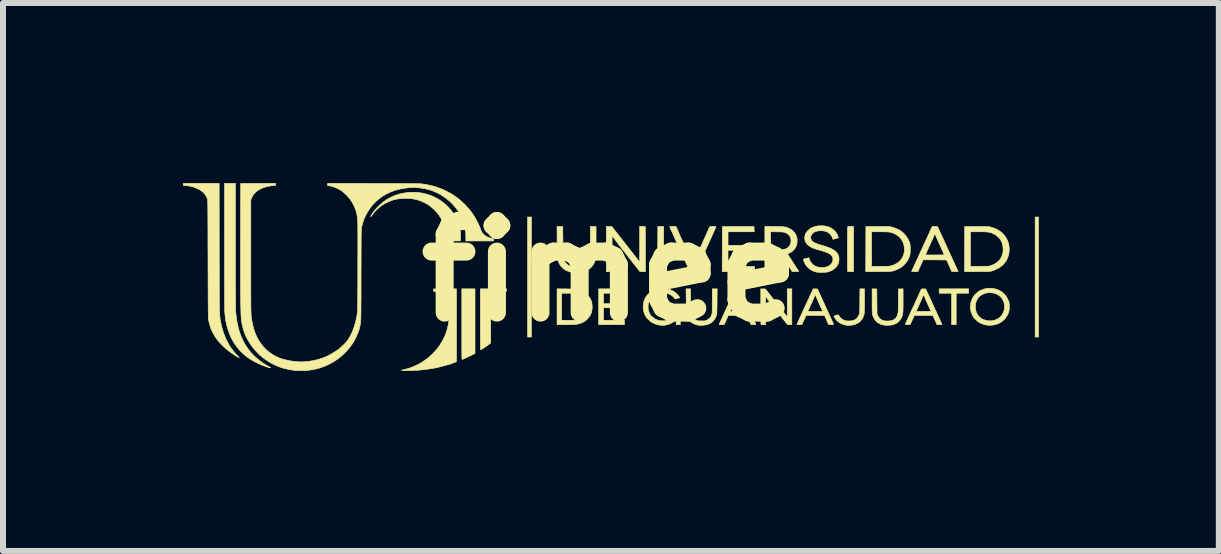
<source format=kicad_pcb>
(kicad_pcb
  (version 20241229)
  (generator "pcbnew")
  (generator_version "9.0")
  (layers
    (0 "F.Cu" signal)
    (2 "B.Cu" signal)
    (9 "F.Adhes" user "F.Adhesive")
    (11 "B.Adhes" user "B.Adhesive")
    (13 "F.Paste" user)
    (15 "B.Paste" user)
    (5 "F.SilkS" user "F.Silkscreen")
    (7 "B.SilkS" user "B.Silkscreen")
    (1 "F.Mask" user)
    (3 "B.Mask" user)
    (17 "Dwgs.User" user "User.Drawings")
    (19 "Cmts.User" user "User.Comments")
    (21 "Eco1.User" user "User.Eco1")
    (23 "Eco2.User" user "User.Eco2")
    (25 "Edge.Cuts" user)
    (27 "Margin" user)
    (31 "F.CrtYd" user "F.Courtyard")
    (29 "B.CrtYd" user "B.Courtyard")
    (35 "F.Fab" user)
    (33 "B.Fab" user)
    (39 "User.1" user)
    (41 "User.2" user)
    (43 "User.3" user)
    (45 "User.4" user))
  (footprint "fimee"
    (layer "F.Cu")
    (at 7.117 1.469)
    (property "Reference" "fimee" (at 0 0 0) (layer "F.SilkS") (effects (font (size 1.524 1.524) (thickness 0.3))))
    (attr through_hole)
    (fp_poly (pts (xy -1.312 1.097) (xy -1.376 1.097) (xy -1.376 -0.903) (xy -1.312 -0.903) (xy -1.312 1.097)) (stroke (width 0.01) (type solid)) (fill yes) (layer "F.SilkS"))
    (fp_poly (pts (xy 7.137 1.097) (xy 7.082 1.097) (xy 7.082 -0.903) (xy 7.137 -0.903) (xy 7.137 1.097)) (stroke (width 0.01) (type solid)) (fill yes) (layer "F.SilkS"))
    (fp_poly (pts (xy 0.891 0.006) (xy 0.841 0.007) (xy 0.792 0.008) (xy 0.793 -0.368) (xy 0.794 -0.744) (xy 0.891 -0.744) (xy 0.891 0.006)) (stroke (width 0.01) (type solid)) (fill yes) (layer "F.SilkS"))
    (fp_poly (pts (xy 5.973 0.367) (xy 5.766 0.367) (xy 5.766 0.891) (xy 5.69 0.891) (xy 5.69 0.367) (xy 5.482 0.367) (xy 5.482 0.294) (xy 5.973 0.294) (xy 5.973 0.367)) (stroke (width 0.01) (type solid)) (fill yes) (layer "F.SilkS"))
    (fp_poly (pts (xy 0.233 0.367) (xy -0.11 0.367) (xy -0.11 0.455) (xy -0.11 0.542) (xy 0.163 0.542) (xy 0.164 0.576) (xy 0.165 0.609) (xy -0.11 0.609) (xy -0.11 0.818) (xy 0.237 0.818) (xy 0.237 0.891) (xy -0.191 0.891) (xy -0.191 0.294) (xy 0.233 0.294) (xy 0.233 0.367)) (stroke (width 0.01) (type solid)) (fill yes) (layer "F.SilkS"))
    (fp_poly (pts (xy 2.399 -0.701) (xy 2.401 -0.657) (xy 1.964 -0.657) (xy 1.964 -0.431) (xy 2.316 -0.431) (xy 2.315 -0.39) (xy 2.314 -0.349) (xy 1.964 -0.349) (xy 1.964 -0.215) (xy 1.964 -0.081) (xy 2.185 -0.08) (xy 2.407 -0.079) (xy 2.407 0.006) (xy 1.867 0.008) (xy 1.868 -0.368) (xy 1.869 -0.744) (xy 2.398 -0.744) (xy 2.399 -0.701)) (stroke (width 0.01) (type solid)) (fill yes) (layer "F.SilkS"))
    (fp_poly (pts (xy -2.252 1.37) (xy -2.355 1.421) (xy -2.383 1.434) (xy -2.408 1.446) (xy -2.43 1.456) (xy -2.447 1.464) (xy -2.459 1.47) (xy -2.465 1.472) (xy -2.465 1.472) (xy -2.466 1.471) (xy -2.467 1.47) (xy -2.468 1.466) (xy -2.469 1.461) (xy -2.469 1.454) (xy -2.47 1.444) (xy -2.47 1.431) (xy -2.471 1.414) (xy -2.471 1.394) (xy -2.471 1.369) (xy -2.472 1.34) (xy -2.472 1.306) (xy -2.472 1.266) (xy -2.472 1.221) (xy -2.472 1.17) (xy -2.472 1.112) (xy -2.472 1.047) (xy -2.472 0.975) (xy -2.472 0.896) (xy -2.472 0.294) (xy -2.252 0.294) (xy -2.252 1.37)) (stroke (width 0.01) (type solid)) (fill yes) (layer "F.SilkS"))
    (fp_poly (pts (xy 4.056 0.008) (xy 4.008 0.008) (xy 3.988 0.008) (xy 3.972 0.007) (xy 3.961 0.006) (xy 3.957 0.005) (xy 3.956 0.001) (xy 3.956 -0.011) (xy 3.956 -0.029) (xy 3.955 -0.053) (xy 3.955 -0.083) (xy 3.955 -0.117) (xy 3.955 -0.156) (xy 3.954 -0.197) (xy 3.954 -0.241) (xy 3.954 -0.287) (xy 3.954 -0.334) (xy 3.954 -0.381) (xy 3.954 -0.428) (xy 3.954 -0.475) (xy 3.954 -0.519) (xy 3.954 -0.562) (xy 3.955 -0.601) (xy 3.955 -0.637) (xy 3.955 -0.668) (xy 3.955 -0.695) (xy 3.956 -0.715) (xy 3.956 -0.729) (xy 3.957 -0.736) (xy 3.957 -0.737) (xy 3.958 -0.741) (xy 3.961 -0.743) (xy 3.967 -0.745) (xy 3.977 -0.746) (xy 3.994 -0.746) (xy 4.007 -0.746) (xy 4.056 -0.746) (xy 4.056 0.008)) (stroke (width 0.01) (type solid)) (fill yes) (layer "F.SilkS"))
    (fp_poly (pts (xy -1.727 0.333) (xy -1.761 0.338) (xy -1.803 0.347) (xy -1.841 0.364) (xy -1.876 0.388) (xy -1.906 0.418) (xy -1.933 0.454) (xy -1.955 0.496) (xy -1.972 0.543) (xy -1.983 0.594) (xy -1.984 0.597) (xy -1.985 0.606) (xy -1.986 0.618) (xy -1.987 0.632) (xy -1.988 0.65) (xy -1.988 0.672) (xy -1.989 0.699) (xy -1.989 0.731) (xy -1.989 0.768) (xy -1.99 0.812) (xy -1.99 0.863) (xy -1.99 0.916) (xy -1.99 1.196) (xy -2.009 1.212) (xy -2.024 1.223) (xy -2.042 1.236) (xy -2.062 1.25) (xy -2.083 1.264) (xy -2.103 1.278) (xy -2.122 1.29) (xy -2.139 1.3) (xy -2.151 1.307) (xy -2.158 1.31) (xy -2.158 1.31) (xy -2.159 1.308) (xy -2.16 1.301) (xy -2.16 1.29) (xy -2.161 1.273) (xy -2.161 1.251) (xy -2.162 1.223) (xy -2.162 1.189) (xy -2.163 1.149) (xy -2.163 1.103) (xy -2.163 1.049) (xy -2.163 0.989) (xy -2.163 0.921) (xy -2.163 0.846) (xy -2.163 0.802) (xy -2.163 0.294) (xy -1.727 0.294) (xy -1.727 0.333)) (stroke (width 0.01) (type solid)) (fill yes) (layer "F.SilkS"))
    (fp_poly (pts (xy -0.018 -0.745) (xy 0.028 -0.744) (xy 0.22 -0.499) (xy 0.252 -0.458) (xy 0.283 -0.419) (xy 0.313 -0.38) (xy 0.341 -0.344) (xy 0.367 -0.311) (xy 0.39 -0.281) (xy 0.411 -0.256) (xy 0.427 -0.234) (xy 0.439 -0.219) (xy 0.447 -0.209) (xy 0.46 -0.192) (xy 0.471 -0.177) (xy 0.481 -0.165) (xy 0.486 -0.157) (xy 0.487 -0.157) (xy 0.488 -0.156) (xy 0.489 -0.157) (xy 0.49 -0.16) (xy 0.491 -0.166) (xy 0.491 -0.176) (xy 0.492 -0.189) (xy 0.492 -0.207) (xy 0.492 -0.23) (xy 0.492 -0.258) (xy 0.492 -0.292) (xy 0.492 -0.333) (xy 0.492 -0.38) (xy 0.492 -0.435) (xy 0.492 -0.447) (xy 0.491 -0.746) (xy 0.539 -0.745) (xy 0.586 -0.744) (xy 0.587 -0.368) (xy 0.588 0.008) (xy 0.497 0.008) (xy 0.438 -0.067) (xy 0.419 -0.091) (xy 0.4 -0.115) (xy 0.382 -0.138) (xy 0.366 -0.158) (xy 0.354 -0.174) (xy 0.351 -0.178) (xy 0.342 -0.19) (xy 0.329 -0.207) (xy 0.312 -0.228) (xy 0.292 -0.253) (xy 0.271 -0.28) (xy 0.249 -0.308) (xy 0.235 -0.326) (xy 0.202 -0.368) (xy 0.174 -0.405) (xy 0.148 -0.439) (xy 0.122 -0.472) (xy 0.097 -0.505) (xy 0.07 -0.541) (xy 0.049 -0.569) (xy 0.032 -0.592) (xy 0.034 0.008) (xy -0.064 0.008) (xy -0.064 -0.746) (xy -0.018 -0.745)) (stroke (width 0.01) (type solid)) (fill yes) (layer "F.SilkS"))
    (fp_poly (pts (xy 3.027 0.891) (xy 2.956 0.891) (xy 2.914 0.838) (xy 2.897 0.817) (xy 2.879 0.794) (xy 2.863 0.773) (xy 2.849 0.755) (xy 2.845 0.75) (xy 2.835 0.737) (xy 2.821 0.719) (xy 2.804 0.698) (xy 2.785 0.673) (xy 2.764 0.646) (xy 2.743 0.619) (xy 2.739 0.614) (xy 2.709 0.575) (xy 2.681 0.539) (xy 2.655 0.506) (xy 2.632 0.476) (xy 2.613 0.451) (xy 2.599 0.432) (xy 2.594 0.426) (xy 2.593 0.426) (xy 2.592 0.428) (xy 2.591 0.434) (xy 2.591 0.444) (xy 2.59 0.458) (xy 2.59 0.478) (xy 2.59 0.503) (xy 2.59 0.534) (xy 2.59 0.572) (xy 2.59 0.617) (xy 2.59 0.655) (xy 2.591 0.891) (xy 2.554 0.891) (xy 2.537 0.891) (xy 2.523 0.89) (xy 2.515 0.889) (xy 2.513 0.888) (xy 2.513 0.884) (xy 2.512 0.872) (xy 2.512 0.854) (xy 2.512 0.829) (xy 2.511 0.799) (xy 2.511 0.763) (xy 2.511 0.724) (xy 2.511 0.681) (xy 2.51 0.635) (xy 2.51 0.59) (xy 2.51 0.294) (xy 2.547 0.295) (xy 2.584 0.295) (xy 2.611 0.328) (xy 2.621 0.34) (xy 2.635 0.358) (xy 2.652 0.38) (xy 2.673 0.406) (xy 2.696 0.435) (xy 2.72 0.467) (xy 2.746 0.499) (xy 2.772 0.533) (xy 2.798 0.566) (xy 2.823 0.598) (xy 2.847 0.629) (xy 2.869 0.657) (xy 2.889 0.682) (xy 2.905 0.703) (xy 2.917 0.719) (xy 2.926 0.73) (xy 2.927 0.731) (xy 2.951 0.763) (xy 2.951 0.294) (xy 3.027 0.294) (xy 3.027 0.891)) (stroke (width 0.01) (type solid)) (fill yes) (layer "F.SilkS"))
    (fp_poly (pts (xy 4.238 0.492) (xy 4.238 0.539) (xy 4.237 0.578) (xy 4.237 0.611) (xy 4.237 0.637) (xy 4.236 0.659) (xy 4.236 0.677) (xy 4.235 0.691) (xy 4.234 0.702) (xy 4.232 0.711) (xy 4.231 0.719) (xy 4.231 0.719) (xy 4.217 0.762) (xy 4.197 0.8) (xy 4.171 0.831) (xy 4.14 0.857) (xy 4.102 0.878) (xy 4.066 0.891) (xy 4.04 0.897) (xy 4.008 0.9) (xy 3.975 0.902) (xy 3.944 0.901) (xy 3.917 0.897) (xy 3.916 0.897) (xy 3.883 0.888) (xy 3.85 0.874) (xy 3.819 0.857) (xy 3.794 0.838) (xy 3.786 0.831) (xy 3.773 0.817) (xy 3.759 0.801) (xy 3.747 0.784) (xy 3.738 0.769) (xy 3.731 0.757) (xy 3.73 0.75) (xy 3.733 0.746) (xy 3.743 0.741) (xy 3.76 0.736) (xy 3.766 0.735) (xy 3.786 0.73) (xy 3.799 0.728) (xy 3.806 0.729) (xy 3.81 0.732) (xy 3.81 0.735) (xy 3.813 0.743) (xy 3.821 0.756) (xy 3.832 0.769) (xy 3.845 0.783) (xy 3.859 0.795) (xy 3.862 0.797) (xy 3.89 0.813) (xy 3.919 0.824) (xy 3.952 0.829) (xy 3.989 0.829) (xy 4.02 0.827) (xy 4.044 0.822) (xy 4.064 0.815) (xy 4.084 0.805) (xy 4.092 0.799) (xy 4.117 0.776) (xy 4.137 0.746) (xy 4.15 0.718) (xy 4.152 0.712) (xy 4.153 0.706) (xy 4.155 0.699) (xy 4.156 0.69) (xy 4.157 0.68) (xy 4.158 0.666) (xy 4.159 0.649) (xy 4.159 0.627) (xy 4.159 0.601) (xy 4.16 0.568) (xy 4.16 0.528) (xy 4.16 0.493) (xy 4.162 0.294) (xy 4.238 0.294) (xy 4.238 0.492)) (stroke (width 0.01) (type solid)) (fill yes) (layer "F.SilkS"))
    (fp_poly (pts (xy 4.881 0.49) (xy 4.881 0.539) (xy 4.881 0.582) (xy 4.88 0.617) (xy 4.88 0.647) (xy 4.879 0.672) (xy 4.877 0.693) (xy 4.875 0.711) (xy 4.873 0.725) (xy 4.869 0.739) (xy 4.865 0.751) (xy 4.86 0.762) (xy 4.855 0.775) (xy 4.852 0.78) (xy 4.831 0.814) (xy 4.806 0.842) (xy 4.775 0.865) (xy 4.739 0.883) (xy 4.714 0.891) (xy 4.693 0.896) (xy 4.666 0.899) (xy 4.637 0.901) (xy 4.608 0.902) (xy 4.582 0.901) (xy 4.567 0.899) (xy 4.528 0.89) (xy 4.491 0.876) (xy 4.459 0.858) (xy 4.434 0.837) (xy 4.43 0.833) (xy 4.419 0.819) (xy 4.406 0.801) (xy 4.395 0.783) (xy 4.394 0.78) (xy 4.388 0.768) (xy 4.382 0.756) (xy 4.378 0.745) (xy 4.374 0.732) (xy 4.371 0.718) (xy 4.369 0.702) (xy 4.367 0.682) (xy 4.366 0.659) (xy 4.365 0.631) (xy 4.365 0.598) (xy 4.365 0.558) (xy 4.365 0.511) (xy 4.365 0.489) (xy 4.365 0.294) (xy 4.443 0.296) (xy 4.447 0.712) (xy 4.459 0.737) (xy 4.476 0.768) (xy 4.498 0.792) (xy 4.525 0.811) (xy 4.558 0.824) (xy 4.561 0.825) (xy 4.584 0.829) (xy 4.613 0.83) (xy 4.643 0.83) (xy 4.673 0.826) (xy 4.698 0.821) (xy 4.705 0.819) (xy 4.734 0.804) (xy 4.758 0.782) (xy 4.777 0.756) (xy 4.791 0.724) (xy 4.798 0.689) (xy 4.799 0.679) (xy 4.8 0.668) (xy 4.8 0.65) (xy 4.801 0.626) (xy 4.801 0.597) (xy 4.801 0.565) (xy 4.802 0.529) (xy 4.802 0.491) (xy 4.802 0.472) (xy 4.803 0.296) (xy 4.881 0.294) (xy 4.881 0.49)) (stroke (width 0.01) (type solid)) (fill yes) (layer "F.SilkS"))
    (fp_poly (pts (xy -6.244 -0.424) (xy -6.244 -0.305) (xy -6.244 -0.192) (xy -6.244 -0.086) (xy -6.244 0.014) (xy -6.244 0.108) (xy -6.244 0.195) (xy -6.243 0.275) (xy -6.243 0.348) (xy -6.243 0.414) (xy -6.242 0.473) (xy -6.242 0.524) (xy -6.242 0.568) (xy -6.241 0.605) (xy -6.241 0.634) (xy -6.24 0.655) (xy -6.24 0.669) (xy -6.24 0.671) (xy -6.23 0.762) (xy -6.217 0.849) (xy -6.199 0.932) (xy -6.177 1.01) (xy -6.151 1.082) (xy -6.137 1.113) (xy -6.113 1.164) (xy -6.089 1.21) (xy -6.063 1.252) (xy -6.036 1.291) (xy -6.006 1.331) (xy -6.003 1.335) (xy -5.959 1.385) (xy -5.908 1.434) (xy -5.852 1.481) (xy -5.794 1.524) (xy -5.734 1.562) (xy -5.725 1.567) (xy -5.705 1.579) (xy -5.686 1.589) (xy -5.672 1.597) (xy -5.663 1.603) (xy -5.66 1.604) (xy -5.657 1.607) (xy -5.661 1.609) (xy -5.67 1.608) (xy -5.682 1.606) (xy -5.697 1.603) (xy -5.713 1.598) (xy -5.717 1.597) (xy -5.807 1.564) (xy -5.89 1.526) (xy -5.966 1.485) (xy -6.036 1.44) (xy -6.099 1.39) (xy -6.157 1.336) (xy -6.209 1.276) (xy -6.212 1.272) (xy -6.254 1.215) (xy -6.289 1.158) (xy -6.32 1.098) (xy -6.347 1.033) (xy -6.354 1.015) (xy -6.379 0.938) (xy -6.398 0.862) (xy -6.412 0.785) (xy -6.42 0.704) (xy -6.422 0.682) (xy -6.422 0.671) (xy -6.423 0.653) (xy -6.423 0.626) (xy -6.424 0.592) (xy -6.424 0.552) (xy -6.424 0.504) (xy -6.425 0.45) (xy -6.425 0.39) (xy -6.425 0.323) (xy -6.425 0.251) (xy -6.425 0.174) (xy -6.426 0.091) (xy -6.426 0.003) (xy -6.426 -0.09) (xy -6.426 -0.187) (xy -6.426 -0.289) (xy -6.426 -0.394) (xy -6.426 -0.424) (xy -6.426 -1.464) (xy -6.244 -1.464) (xy -6.244 -0.424)) (stroke (width 0.01) (type solid)) (fill yes) (layer "F.SilkS"))
    (fp_poly (pts (xy -0.725 0.295) (xy -0.684 0.296) (xy -0.65 0.296) (xy -0.623 0.297) (xy -0.602 0.297) (xy -0.585 0.298) (xy -0.572 0.299) (xy -0.561 0.3) (xy -0.551 0.302) (xy -0.543 0.304) (xy -0.534 0.306) (xy -0.529 0.308) (xy -0.487 0.322) (xy -0.451 0.337) (xy -0.42 0.356) (xy -0.392 0.38) (xy -0.368 0.405) (xy -0.34 0.442) (xy -0.319 0.481) (xy -0.306 0.524) (xy -0.3 0.572) (xy -0.299 0.597) (xy -0.302 0.643) (xy -0.31 0.684) (xy -0.324 0.721) (xy -0.344 0.755) (xy -0.372 0.788) (xy -0.385 0.802) (xy -0.419 0.831) (xy -0.456 0.853) (xy -0.497 0.869) (xy -0.501 0.871) (xy -0.52 0.876) (xy -0.537 0.88) (xy -0.555 0.884) (xy -0.575 0.886) (xy -0.598 0.888) (xy -0.624 0.89) (xy -0.655 0.89) (xy -0.693 0.891) (xy -0.737 0.891) (xy -0.745 0.891) (xy -0.885 0.891) (xy -0.885 0.367) (xy -0.809 0.367) (xy -0.809 0.818) (xy -0.697 0.818) (xy -0.662 0.818) (xy -0.634 0.818) (xy -0.612 0.818) (xy -0.595 0.817) (xy -0.581 0.816) (xy -0.569 0.814) (xy -0.558 0.812) (xy -0.554 0.811) (xy -0.533 0.805) (xy -0.512 0.797) (xy -0.495 0.79) (xy -0.467 0.773) (xy -0.441 0.751) (xy -0.418 0.725) (xy -0.4 0.697) (xy -0.391 0.675) (xy -0.385 0.651) (xy -0.382 0.622) (xy -0.382 0.591) (xy -0.384 0.559) (xy -0.388 0.53) (xy -0.394 0.506) (xy -0.397 0.5) (xy -0.415 0.469) (xy -0.44 0.439) (xy -0.469 0.414) (xy -0.502 0.394) (xy -0.505 0.393) (xy -0.522 0.386) (xy -0.537 0.38) (xy -0.552 0.375) (xy -0.568 0.372) (xy -0.587 0.37) (xy -0.608 0.368) (xy -0.635 0.367) (xy -0.668 0.367) (xy -0.697 0.367) (xy -0.809 0.367) (xy -0.885 0.367) (xy -0.885 0.294) (xy -0.725 0.295)) (stroke (width 0.01) (type solid)) (fill yes) (layer "F.SilkS"))
    (fp_poly (pts (xy 6.153 -0.744) (xy 6.192 -0.744) (xy 6.223 -0.744) (xy 6.249 -0.743) (xy 6.27 -0.743) (xy 6.287 -0.742) (xy 6.301 -0.742) (xy 6.311 -0.741) (xy 6.321 -0.739) (xy 6.329 -0.738) (xy 6.338 -0.736) (xy 6.344 -0.734) (xy 6.39 -0.72) (xy 6.436 -0.701) (xy 6.479 -0.677) (xy 6.517 -0.651) (xy 6.517 -0.65) (xy 6.528 -0.641) (xy 6.542 -0.627) (xy 6.556 -0.612) (xy 6.561 -0.607) (xy 6.592 -0.565) (xy 6.617 -0.519) (xy 6.635 -0.471) (xy 6.646 -0.42) (xy 6.65 -0.368) (xy 6.647 -0.316) (xy 6.637 -0.265) (xy 6.62 -0.216) (xy 6.596 -0.169) (xy 6.589 -0.159) (xy 6.572 -0.137) (xy 6.549 -0.112) (xy 6.525 -0.089) (xy 6.5 -0.07) (xy 6.489 -0.062) (xy 6.453 -0.042) (xy 6.413 -0.023) (xy 6.373 -0.008) (xy 6.356 -0.003) (xy 6.348 -0.001) (xy 6.341 0.000372) (xy 6.333 0.002) (xy 6.323 0.003) (xy 6.311 0.004) (xy 6.297 0.005) (xy 6.278 0.005) (xy 6.255 0.006) (xy 6.227 0.006) (xy 6.192 0.007) (xy 6.15 0.007) (xy 6.114 0.007) (xy 5.905 0.008) (xy 5.907 -0.657) (xy 6.003 -0.657) (xy 6.003 -0.08) (xy 6.156 -0.082) (xy 6.31 -0.083) (xy 6.344 -0.094) (xy 6.393 -0.113) (xy 6.435 -0.138) (xy 6.471 -0.167) (xy 6.5 -0.201) (xy 6.522 -0.24) (xy 6.538 -0.285) (xy 6.545 -0.316) (xy 6.548 -0.349) (xy 6.547 -0.385) (xy 6.543 -0.421) (xy 6.536 -0.456) (xy 6.525 -0.487) (xy 6.519 -0.501) (xy 6.494 -0.538) (xy 6.463 -0.572) (xy 6.426 -0.601) (xy 6.385 -0.624) (xy 6.361 -0.635) (xy 6.345 -0.641) (xy 6.329 -0.645) (xy 6.313 -0.649) (xy 6.294 -0.652) (xy 6.274 -0.654) (xy 6.249 -0.656) (xy 6.219 -0.657) (xy 6.183 -0.657) (xy 6.14 -0.657) (xy 6.136 -0.657) (xy 6.003 -0.657) (xy 5.907 -0.657) (xy 5.908 -0.744) (xy 6.107 -0.744) (xy 6.153 -0.744)) (stroke (width 0.01) (type solid)) (fill yes) (layer "F.SilkS"))
    (fp_poly (pts (xy -2.561 1.507) (xy -2.612 1.528) (xy -2.633 1.536) (xy -2.652 1.543) (xy -2.668 1.549) (xy -2.679 1.552) (xy -2.679 1.552) (xy -2.688 1.554) (xy -2.704 1.558) (xy -2.724 1.564) (xy -2.747 1.57) (xy -2.76 1.574) (xy -2.804 1.586) (xy -2.845 1.596) (xy -2.885 1.606) (xy -2.924 1.614) (xy -2.964 1.621) (xy -3.007 1.628) (xy -3.054 1.634) (xy -3.107 1.641) (xy -3.167 1.647) (xy -3.188 1.649) (xy -3.213 1.651) (xy -3.242 1.653) (xy -3.273 1.654) (xy -3.305 1.655) (xy -3.337 1.656) (xy -3.369 1.656) (xy -3.398 1.657) (xy -3.424 1.657) (xy -3.446 1.656) (xy -3.462 1.655) (xy -3.472 1.654) (xy -3.475 1.653) (xy -3.47 1.65) (xy -3.459 1.646) (xy -3.443 1.641) (xy -3.423 1.636) (xy -3.418 1.635) (xy -3.385 1.627) (xy -3.355 1.618) (xy -3.327 1.609) (xy -3.297 1.597) (xy -3.263 1.583) (xy -3.247 1.575) (xy -3.216 1.561) (xy -3.19 1.548) (xy -3.167 1.536) (xy -3.144 1.522) (xy -3.118 1.505) (xy -3.095 1.489) (xy -3.023 1.436) (xy -2.958 1.376) (xy -2.898 1.312) (xy -2.845 1.242) (xy -2.798 1.167) (xy -2.758 1.089) (xy -2.745 1.059) (xy -2.736 1.032) (xy -2.725 1) (xy -2.715 0.964) (xy -2.706 0.928) (xy -2.698 0.893) (xy -2.693 0.863) (xy -2.693 0.863) (xy -2.689 0.842) (xy -2.686 0.82) (xy -2.683 0.803) (xy -2.681 0.786) (xy -2.68 0.763) (xy -2.68 0.735) (xy -2.681 0.704) (xy -2.682 0.673) (xy -2.684 0.643) (xy -2.686 0.616) (xy -2.689 0.593) (xy -2.69 0.584) (xy -2.696 0.556) (xy -2.706 0.527) (xy -2.717 0.497) (xy -2.728 0.47) (xy -2.74 0.449) (xy -2.743 0.444) (xy -2.755 0.429) (xy -2.769 0.413) (xy -2.783 0.399) (xy -2.813 0.375) (xy -2.844 0.357) (xy -2.877 0.344) (xy -2.913 0.337) (xy -2.944 0.332) (xy -2.944 0.296) (xy -2.561 0.294) (xy -2.561 1.507)) (stroke (width 0.01) (type solid)) (fill yes) (layer "F.SilkS"))
    (fp_poly (pts (xy 1.343 0.493) (xy 1.343 0.539) (xy 1.344 0.578) (xy 1.344 0.611) (xy 1.345 0.638) (xy 1.346 0.659) (xy 1.347 0.676) (xy 1.348 0.689) (xy 1.349 0.7) (xy 1.35 0.708) (xy 1.352 0.714) (xy 1.352 0.715) (xy 1.366 0.75) (xy 1.384 0.778) (xy 1.408 0.8) (xy 1.436 0.817) (xy 1.443 0.819) (xy 1.454 0.823) (xy 1.465 0.826) (xy 1.478 0.827) (xy 1.495 0.828) (xy 1.517 0.828) (xy 1.524 0.828) (xy 1.548 0.828) (xy 1.565 0.828) (xy 1.577 0.827) (xy 1.587 0.825) (xy 1.597 0.821) (xy 1.605 0.818) (xy 1.636 0.801) (xy 1.66 0.782) (xy 1.678 0.758) (xy 1.691 0.728) (xy 1.691 0.728) (xy 1.693 0.721) (xy 1.695 0.714) (xy 1.697 0.707) (xy 1.698 0.698) (xy 1.699 0.688) (xy 1.7 0.675) (xy 1.7 0.659) (xy 1.701 0.638) (xy 1.701 0.613) (xy 1.701 0.582) (xy 1.701 0.544) (xy 1.701 0.499) (xy 1.702 0.487) (xy 1.702 0.294) (xy 1.783 0.294) (xy 1.781 0.503) (xy 1.781 0.55) (xy 1.78 0.59) (xy 1.78 0.623) (xy 1.779 0.651) (xy 1.779 0.673) (xy 1.778 0.69) (xy 1.777 0.704) (xy 1.776 0.715) (xy 1.775 0.724) (xy 1.773 0.731) (xy 1.772 0.736) (xy 1.754 0.778) (xy 1.729 0.817) (xy 1.719 0.83) (xy 1.694 0.852) (xy 1.663 0.871) (xy 1.627 0.886) (xy 1.587 0.896) (xy 1.545 0.902) (xy 1.502 0.902) (xy 1.467 0.899) (xy 1.425 0.889) (xy 1.386 0.873) (xy 1.352 0.851) (xy 1.323 0.826) (xy 1.301 0.796) (xy 1.295 0.785) (xy 1.29 0.773) (xy 1.285 0.763) (xy 1.281 0.753) (xy 1.277 0.742) (xy 1.275 0.731) (xy 1.272 0.717) (xy 1.271 0.701) (xy 1.27 0.682) (xy 1.269 0.659) (xy 1.268 0.63) (xy 1.268 0.596) (xy 1.267 0.556) (xy 1.267 0.508) (xy 1.267 0.503) (xy 1.265 0.294) (xy 1.341 0.294) (xy 1.343 0.493)) (stroke (width 0.01) (type solid)) (fill yes) (layer "F.SilkS"))
    (fp_poly (pts (xy -0.837 -0.745) (xy -0.79 -0.744) (xy -0.787 -0.486) (xy -0.787 -0.433) (xy -0.786 -0.388) (xy -0.786 -0.35) (xy -0.785 -0.318) (xy -0.785 -0.292) (xy -0.784 -0.27) (xy -0.784 -0.253) (xy -0.783 -0.239) (xy -0.782 -0.228) (xy -0.781 -0.22) (xy -0.78 -0.213) (xy -0.778 -0.208) (xy -0.777 -0.206) (xy -0.76 -0.166) (xy -0.738 -0.134) (xy -0.71 -0.107) (xy -0.676 -0.087) (xy -0.638 -0.073) (xy -0.628 -0.07) (xy -0.604 -0.067) (xy -0.576 -0.065) (xy -0.545 -0.065) (xy -0.515 -0.067) (xy -0.489 -0.071) (xy -0.468 -0.076) (xy -0.432 -0.092) (xy -0.402 -0.112) (xy -0.377 -0.139) (xy -0.358 -0.171) (xy -0.343 -0.209) (xy -0.342 -0.212) (xy -0.34 -0.219) (xy -0.338 -0.226) (xy -0.337 -0.233) (xy -0.336 -0.241) (xy -0.335 -0.251) (xy -0.334 -0.264) (xy -0.333 -0.28) (xy -0.333 -0.3) (xy -0.333 -0.325) (xy -0.332 -0.355) (xy -0.332 -0.39) (xy -0.332 -0.433) (xy -0.331 -0.482) (xy -0.331 -0.495) (xy -0.33 -0.746) (xy -0.282 -0.745) (xy -0.235 -0.744) (xy -0.235 -0.486) (xy -0.235 -0.434) (xy -0.235 -0.389) (xy -0.235 -0.351) (xy -0.235 -0.32) (xy -0.235 -0.293) (xy -0.236 -0.272) (xy -0.236 -0.254) (xy -0.237 -0.24) (xy -0.238 -0.229) (xy -0.239 -0.22) (xy -0.24 -0.212) (xy -0.241 -0.205) (xy -0.243 -0.199) (xy -0.245 -0.194) (xy -0.262 -0.146) (xy -0.285 -0.104) (xy -0.314 -0.067) (xy -0.349 -0.036) (xy -0.389 -0.011) (xy -0.431 0.006) (xy -0.464 0.015) (xy -0.503 0.02) (xy -0.545 0.023) (xy -0.589 0.023) (xy -0.626 0.02) (xy -0.675 0.01) (xy -0.72 -0.006) (xy -0.761 -0.028) (xy -0.796 -0.057) (xy -0.827 -0.092) (xy -0.851 -0.131) (xy -0.869 -0.176) (xy -0.875 -0.196) (xy -0.876 -0.203) (xy -0.878 -0.21) (xy -0.879 -0.219) (xy -0.88 -0.23) (xy -0.881 -0.244) (xy -0.881 -0.26) (xy -0.882 -0.281) (xy -0.882 -0.306) (xy -0.883 -0.336) (xy -0.883 -0.372) (xy -0.883 -0.415) (xy -0.884 -0.465) (xy -0.884 -0.487) (xy -0.885 -0.746) (xy -0.837 -0.745)) (stroke (width 0.01) (type solid)) (fill yes) (layer "F.SilkS"))
    (fp_poly (pts (xy 2.734 -0.745) (xy 2.779 -0.744) (xy 2.817 -0.744) (xy 2.848 -0.743) (xy 2.875 -0.741) (xy 2.896 -0.739) (xy 2.915 -0.736) (xy 2.931 -0.733) (xy 2.946 -0.728) (xy 2.961 -0.722) (xy 2.977 -0.715) (xy 2.99 -0.709) (xy 3.026 -0.687) (xy 3.057 -0.659) (xy 3.083 -0.628) (xy 3.101 -0.593) (xy 3.111 -0.561) (xy 3.114 -0.54) (xy 3.115 -0.514) (xy 3.115 -0.488) (xy 3.113 -0.464) (xy 3.111 -0.451) (xy 3.098 -0.412) (xy 3.078 -0.377) (xy 3.051 -0.346) (xy 3.018 -0.319) (xy 2.98 -0.299) (xy 2.977 -0.297) (xy 2.955 -0.288) (xy 2.971 -0.264) (xy 2.979 -0.251) (xy 2.99 -0.234) (xy 3.003 -0.214) (xy 3.016 -0.194) (xy 3.016 -0.194) (xy 3.031 -0.171) (xy 3.046 -0.147) (xy 3.061 -0.124) (xy 3.072 -0.107) (xy 3.085 -0.086) (xy 3.1 -0.063) (xy 3.115 -0.041) (xy 3.121 -0.031) (xy 3.133 -0.014) (xy 3.139 -0.002) (xy 3.141 0.005) (xy 3.14 0.006) (xy 3.134 0.007) (xy 3.121 0.007) (xy 3.103 0.007) (xy 3.084 0.007) (xy 3.033 0.006) (xy 2.966 -0.101) (xy 2.948 -0.129) (xy 2.93 -0.157) (xy 2.914 -0.182) (xy 2.9 -0.205) (xy 2.888 -0.223) (xy 2.88 -0.236) (xy 2.878 -0.238) (xy 2.859 -0.268) (xy 2.766 -0.269) (xy 2.673 -0.27) (xy 2.673 0.006) (xy 2.578 0.008) (xy 2.578 -0.658) (xy 2.673 -0.658) (xy 2.675 -0.506) (xy 2.676 -0.355) (xy 2.763 -0.355) (xy 2.8 -0.355) (xy 2.832 -0.356) (xy 2.859 -0.358) (xy 2.879 -0.36) (xy 2.883 -0.361) (xy 2.918 -0.369) (xy 2.947 -0.383) (xy 2.972 -0.402) (xy 2.977 -0.407) (xy 2.995 -0.432) (xy 3.007 -0.46) (xy 3.013 -0.492) (xy 3.013 -0.524) (xy 3.007 -0.555) (xy 2.994 -0.583) (xy 2.989 -0.591) (xy 2.971 -0.61) (xy 2.947 -0.628) (xy 2.92 -0.642) (xy 2.908 -0.646) (xy 2.899 -0.649) (xy 2.889 -0.651) (xy 2.878 -0.652) (xy 2.864 -0.654) (xy 2.845 -0.655) (xy 2.822 -0.655) (xy 2.792 -0.656) (xy 2.777 -0.656) (xy 2.673 -0.658) (xy 2.578 -0.658) (xy 2.578 -0.747) (xy 2.734 -0.745)) (stroke (width 0.01) (type solid)) (fill yes) (layer "F.SilkS"))
    (fp_poly (pts (xy 4.46 -0.744) (xy 4.506 -0.744) (xy 4.545 -0.744) (xy 4.577 -0.744) (xy 4.603 -0.743) (xy 4.624 -0.743) (xy 4.641 -0.742) (xy 4.654 -0.742) (xy 4.665 -0.741) (xy 4.674 -0.739) (xy 4.683 -0.738) (xy 4.692 -0.736) (xy 4.697 -0.734) (xy 4.731 -0.724) (xy 4.769 -0.709) (xy 4.806 -0.692) (xy 4.84 -0.673) (xy 4.85 -0.666) (xy 4.886 -0.637) (xy 4.918 -0.602) (xy 4.947 -0.562) (xy 4.964 -0.534) (xy 4.976 -0.509) (xy 4.986 -0.488) (xy 4.992 -0.468) (xy 4.997 -0.448) (xy 4.999 -0.426) (xy 5.001 -0.399) (xy 5.001 -0.367) (xy 5.001 -0.333) (xy 4.999 -0.305) (xy 4.997 -0.282) (xy 4.992 -0.261) (xy 4.985 -0.241) (xy 4.976 -0.219) (xy 4.97 -0.207) (xy 4.95 -0.17) (xy 4.927 -0.138) (xy 4.898 -0.108) (xy 4.881 -0.091) (xy 4.863 -0.076) (xy 4.848 -0.065) (xy 4.831 -0.054) (xy 4.81 -0.043) (xy 4.795 -0.036) (xy 4.776 -0.027) (xy 4.759 -0.02) (xy 4.744 -0.013) (xy 4.729 -0.008) (xy 4.714 -0.004) (xy 4.698 -0.001) (xy 4.68 0.002) (xy 4.659 0.004) (xy 4.634 0.005) (xy 4.604 0.006) (xy 4.569 0.006) (xy 4.527 0.007) (xy 4.478 0.007) (xy 4.467 0.007) (xy 4.259 0.008) (xy 4.259 -0.081) (xy 4.356 -0.081) (xy 4.496 -0.081) (xy 4.538 -0.081) (xy 4.573 -0.081) (xy 4.602 -0.082) (xy 4.624 -0.082) (xy 4.643 -0.084) (xy 4.657 -0.085) (xy 4.668 -0.087) (xy 4.693 -0.093) (xy 4.721 -0.103) (xy 4.75 -0.116) (xy 4.777 -0.13) (xy 4.8 -0.145) (xy 4.809 -0.152) (xy 4.841 -0.185) (xy 4.867 -0.222) (xy 4.886 -0.263) (xy 4.898 -0.306) (xy 4.904 -0.351) (xy 4.902 -0.396) (xy 4.894 -0.442) (xy 4.878 -0.486) (xy 4.859 -0.522) (xy 4.833 -0.557) (xy 4.8 -0.587) (xy 4.761 -0.613) (xy 4.718 -0.634) (xy 4.672 -0.648) (xy 4.647 -0.653) (xy 4.636 -0.654) (xy 4.618 -0.655) (xy 4.594 -0.656) (xy 4.566 -0.656) (xy 4.534 -0.657) (xy 4.5 -0.657) (xy 4.488 -0.657) (xy 4.356 -0.657) (xy 4.356 -0.081) (xy 4.259 -0.081) (xy 4.26 -0.368) (xy 4.261 -0.744) (xy 4.46 -0.744)) (stroke (width 0.01) (type solid)) (fill yes) (layer "F.SilkS"))
    (fp_poly (pts (xy -3.204 -1.312) (xy -3.124 -1.3) (xy -3.046 -1.281) (xy -2.97 -1.254) (xy -2.898 -1.22) (xy -2.829 -1.179) (xy -2.791 -1.151) (xy -2.739 -1.109) (xy -2.691 -1.061) (xy -2.647 -1.01) (xy -2.608 -0.957) (xy -2.584 -0.918) (xy -2.562 -0.874) (xy -2.542 -0.825) (xy -2.523 -0.773) (xy -2.509 -0.721) (xy -2.498 -0.672) (xy -2.497 -0.667) (xy -2.495 -0.652) (xy -2.494 -0.632) (xy -2.493 -0.61) (xy -2.492 -0.587) (xy -2.492 -0.564) (xy -2.492 -0.543) (xy -2.492 -0.526) (xy -2.493 -0.514) (xy -2.494 -0.511) (xy -2.496 -0.509) (xy -2.499 -0.507) (xy -2.504 -0.506) (xy -2.513 -0.505) (xy -2.526 -0.505) (xy -2.545 -0.504) (xy -2.569 -0.504) (xy -2.601 -0.504) (xy -2.618 -0.504) (xy -2.655 -0.504) (xy -2.685 -0.504) (xy -2.707 -0.505) (xy -2.723 -0.506) (xy -2.734 -0.506) (xy -2.739 -0.508) (xy -2.741 -0.509) (xy -2.742 -0.514) (xy -2.742 -0.527) (xy -2.743 -0.544) (xy -2.744 -0.566) (xy -2.745 -0.59) (xy -2.745 -0.591) (xy -2.747 -0.637) (xy -2.75 -0.677) (xy -2.756 -0.714) (xy -2.765 -0.75) (xy -2.777 -0.786) (xy -2.792 -0.826) (xy -2.794 -0.831) (xy -2.819 -0.882) (xy -2.852 -0.933) (xy -2.891 -0.983) (xy -2.934 -1.029) (xy -2.982 -1.071) (xy -3.006 -1.089) (xy -3.041 -1.113) (xy -3.082 -1.135) (xy -3.126 -1.157) (xy -3.171 -1.175) (xy -3.212 -1.189) (xy -3.226 -1.193) (xy -3.278 -1.204) (xy -3.334 -1.211) (xy -3.392 -1.214) (xy -3.452 -1.213) (xy -3.509 -1.208) (xy -3.563 -1.2) (xy -3.611 -1.189) (xy -3.642 -1.178) (xy -3.677 -1.164) (xy -3.712 -1.148) (xy -3.747 -1.131) (xy -3.777 -1.114) (xy -3.797 -1.102) (xy -3.843 -1.067) (xy -3.886 -1.029) (xy -3.925 -0.989) (xy -3.958 -0.948) (xy -3.968 -0.935) (xy -3.979 -0.919) (xy -3.987 -0.91) (xy -3.991 -0.909) (xy -3.992 -0.912) (xy -3.99 -0.918) (xy -3.983 -0.93) (xy -3.972 -0.946) (xy -3.958 -0.967) (xy -3.941 -0.99) (xy -3.928 -1.007) (xy -3.898 -1.044) (xy -3.862 -1.081) (xy -3.822 -1.119) (xy -3.78 -1.154) (xy -3.738 -1.184) (xy -3.725 -1.192) (xy -3.709 -1.202) (xy -3.687 -1.214) (xy -3.661 -1.227) (xy -3.635 -1.24) (xy -3.609 -1.252) (xy -3.587 -1.262) (xy -3.577 -1.265) (xy -3.52 -1.284) (xy -3.458 -1.298) (xy -3.393 -1.309) (xy -3.326 -1.314) (xy -3.287 -1.315) (xy -3.204 -1.312)) (stroke (width 0.01) (type solid)) (fill yes) (layer "F.SilkS"))
    (fp_poly (pts (xy 3.455 0.296) (xy 3.469 0.329) (xy 3.476 0.344) (xy 3.485 0.365) (xy 3.496 0.388) (xy 3.507 0.412) (xy 3.511 0.42) (xy 3.521 0.442) (xy 3.531 0.463) (xy 3.54 0.482) (xy 3.546 0.496) (xy 3.548 0.5) (xy 3.552 0.511) (xy 3.56 0.528) (xy 3.569 0.548) (xy 3.579 0.571) (xy 3.588 0.589) (xy 3.612 0.642) (xy 3.634 0.688) (xy 3.652 0.728) (xy 3.668 0.762) (xy 3.681 0.79) (xy 3.692 0.814) (xy 3.7 0.833) (xy 3.707 0.848) (xy 3.712 0.86) (xy 3.716 0.869) (xy 3.719 0.876) (xy 3.72 0.88) (xy 3.721 0.883) (xy 3.721 0.885) (xy 3.721 0.886) (xy 3.719 0.888) (xy 3.714 0.89) (xy 3.703 0.89) (xy 3.685 0.89) (xy 3.68 0.89) (xy 3.639 0.889) (xy 3.63 0.867) (xy 3.625 0.855) (xy 3.617 0.838) (xy 3.608 0.817) (xy 3.598 0.796) (xy 3.596 0.791) (xy 3.572 0.738) (xy 3.418 0.737) (xy 3.264 0.736) (xy 3.248 0.772) (xy 3.238 0.792) (xy 3.228 0.816) (xy 3.217 0.84) (xy 3.213 0.85) (xy 3.195 0.891) (xy 3.153 0.891) (xy 3.134 0.891) (xy 3.121 0.89) (xy 3.115 0.889) (xy 3.112 0.887) (xy 3.113 0.884) (xy 3.115 0.878) (xy 3.12 0.867) (xy 3.128 0.85) (xy 3.137 0.829) (xy 3.148 0.805) (xy 3.156 0.788) (xy 3.17 0.758) (xy 3.185 0.725) (xy 3.2 0.692) (xy 3.21 0.669) (xy 3.294 0.669) (xy 3.543 0.669) (xy 3.519 0.62) (xy 3.508 0.596) (xy 3.496 0.57) (xy 3.485 0.546) (xy 3.478 0.528) (xy 3.468 0.507) (xy 3.458 0.483) (xy 3.449 0.462) (xy 3.444 0.453) (xy 3.437 0.435) (xy 3.43 0.419) (xy 3.425 0.406) (xy 3.424 0.403) (xy 3.418 0.387) (xy 3.404 0.422) (xy 3.398 0.437) (xy 3.389 0.457) (xy 3.378 0.482) (xy 3.367 0.508) (xy 3.355 0.534) (xy 3.354 0.536) (xy 3.342 0.561) (xy 3.331 0.586) (xy 3.321 0.609) (xy 3.313 0.627) (xy 3.307 0.64) (xy 3.306 0.642) (xy 3.294 0.669) (xy 3.21 0.669) (xy 3.214 0.661) (xy 3.226 0.635) (xy 3.228 0.631) (xy 3.24 0.605) (xy 3.252 0.577) (xy 3.265 0.551) (xy 3.276 0.527) (xy 3.281 0.516) (xy 3.291 0.494) (xy 3.302 0.47) (xy 3.313 0.447) (xy 3.319 0.433) (xy 3.327 0.415) (xy 3.337 0.393) (xy 3.348 0.369) (xy 3.359 0.346) (xy 3.359 0.346) (xy 3.384 0.294) (xy 3.455 0.296)) (stroke (width 0.01) (type solid)) (fill yes) (layer "F.SilkS"))
    (fp_poly (pts (xy 6.371 0.286) (xy 6.424 0.297) (xy 6.473 0.315) (xy 6.516 0.338) (xy 6.555 0.368) (xy 6.588 0.404) (xy 6.615 0.445) (xy 6.619 0.454) (xy 6.633 0.483) (xy 6.643 0.508) (xy 6.648 0.533) (xy 6.651 0.56) (xy 6.652 0.593) (xy 6.652 0.593) (xy 6.651 0.625) (xy 6.648 0.652) (xy 6.642 0.677) (xy 6.633 0.702) (xy 6.619 0.732) (xy 6.619 0.732) (xy 6.593 0.774) (xy 6.561 0.811) (xy 6.523 0.842) (xy 6.48 0.867) (xy 6.43 0.886) (xy 6.414 0.891) (xy 6.385 0.896) (xy 6.352 0.9) (xy 6.319 0.901) (xy 6.289 0.9) (xy 6.28 0.899) (xy 6.249 0.893) (xy 6.22 0.885) (xy 6.188 0.872) (xy 6.173 0.866) (xy 6.155 0.857) (xy 6.14 0.848) (xy 6.126 0.838) (xy 6.109 0.823) (xy 6.098 0.813) (xy 6.079 0.794) (xy 6.065 0.778) (xy 6.053 0.763) (xy 6.043 0.745) (xy 6.04 0.739) (xy 6.02 0.696) (xy 6.008 0.653) (xy 6.003 0.607) (xy 6.003 0.602) (xy 6.084 0.602) (xy 6.089 0.642) (xy 6.1 0.68) (xy 6.117 0.716) (xy 6.139 0.748) (xy 6.167 0.775) (xy 6.196 0.795) (xy 6.235 0.811) (xy 6.276 0.822) (xy 6.32 0.827) (xy 6.362 0.826) (xy 6.402 0.818) (xy 6.407 0.816) (xy 6.438 0.804) (xy 6.468 0.788) (xy 6.494 0.77) (xy 6.505 0.76) (xy 6.523 0.739) (xy 6.54 0.712) (xy 6.554 0.683) (xy 6.564 0.655) (xy 6.568 0.633) (xy 6.57 0.607) (xy 6.57 0.579) (xy 6.568 0.552) (xy 6.564 0.53) (xy 6.554 0.503) (xy 6.541 0.475) (xy 6.526 0.449) (xy 6.509 0.429) (xy 6.48 0.404) (xy 6.445 0.384) (xy 6.407 0.369) (xy 6.365 0.36) (xy 6.323 0.357) (xy 6.295 0.359) (xy 6.262 0.365) (xy 6.232 0.374) (xy 6.203 0.388) (xy 6.184 0.399) (xy 6.162 0.413) (xy 6.145 0.428) (xy 6.131 0.446) (xy 6.117 0.468) (xy 6.109 0.483) (xy 6.094 0.522) (xy 6.085 0.562) (xy 6.084 0.602) (xy 6.003 0.602) (xy 6.003 0.593) (xy 6.005 0.557) (xy 6.01 0.524) (xy 6.02 0.491) (xy 6.035 0.457) (xy 6.037 0.452) (xy 6.047 0.433) (xy 6.056 0.418) (xy 6.065 0.406) (xy 6.077 0.393) (xy 6.093 0.377) (xy 6.097 0.373) (xy 6.116 0.355) (xy 6.133 0.342) (xy 6.148 0.332) (xy 6.165 0.323) (xy 6.173 0.319) (xy 6.225 0.299) (xy 6.276 0.287) (xy 6.327 0.283) (xy 6.371 0.286)) (stroke (width 0.01) (type solid)) (fill yes) (layer "F.SilkS"))
    (fp_poly (pts (xy 0.931 0.288) (xy 0.979 0.3) (xy 1.024 0.318) (xy 1.065 0.341) (xy 1.095 0.364) (xy 1.109 0.377) (xy 1.123 0.392) (xy 1.136 0.407) (xy 1.147 0.421) (xy 1.155 0.432) (xy 1.159 0.44) (xy 1.159 0.442) (xy 1.154 0.444) (xy 1.143 0.447) (xy 1.128 0.452) (xy 1.12 0.454) (xy 1.084 0.463) (xy 1.066 0.441) (xy 1.046 0.421) (xy 1.02 0.401) (xy 0.99 0.384) (xy 0.959 0.371) (xy 0.95 0.368) (xy 0.908 0.359) (xy 0.864 0.358) (xy 0.821 0.363) (xy 0.779 0.374) (xy 0.74 0.392) (xy 0.706 0.417) (xy 0.698 0.424) (xy 0.672 0.454) (xy 0.653 0.488) (xy 0.64 0.526) (xy 0.633 0.566) (xy 0.632 0.608) (xy 0.638 0.65) (xy 0.65 0.69) (xy 0.659 0.71) (xy 0.677 0.737) (xy 0.702 0.762) (xy 0.732 0.785) (xy 0.766 0.804) (xy 0.801 0.818) (xy 0.811 0.82) (xy 0.834 0.824) (xy 0.862 0.826) (xy 0.892 0.827) (xy 0.92 0.825) (xy 0.944 0.821) (xy 0.946 0.82) (xy 0.984 0.808) (xy 1.019 0.791) (xy 1.05 0.769) (xy 1.076 0.745) (xy 1.088 0.73) (xy 1.094 0.72) (xy 1.098 0.711) (xy 1.1 0.701) (xy 1.101 0.687) (xy 1.101 0.676) (xy 1.101 0.641) (xy 0.91 0.641) (xy 0.911 0.61) (xy 0.912 0.579) (xy 1.166 0.579) (xy 1.167 0.735) (xy 1.168 0.891) (xy 1.135 0.891) (xy 1.118 0.891) (xy 1.107 0.89) (xy 1.102 0.888) (xy 1.1 0.885) (xy 1.1 0.884) (xy 1.1 0.877) (xy 1.1 0.864) (xy 1.101 0.848) (xy 1.101 0.841) (xy 1.101 0.805) (xy 1.073 0.83) (xy 1.04 0.854) (xy 1.001 0.875) (xy 0.958 0.89) (xy 0.915 0.899) (xy 0.889 0.902) (xy 0.865 0.902) (xy 0.839 0.9) (xy 0.828 0.899) (xy 0.795 0.893) (xy 0.764 0.884) (xy 0.73 0.87) (xy 0.721 0.866) (xy 0.702 0.857) (xy 0.686 0.847) (xy 0.67 0.835) (xy 0.652 0.819) (xy 0.648 0.815) (xy 0.624 0.792) (xy 0.606 0.771) (xy 0.592 0.751) (xy 0.58 0.729) (xy 0.574 0.714) (xy 0.561 0.675) (xy 0.553 0.638) (xy 0.55 0.599) (xy 0.55 0.593) (xy 0.553 0.549) (xy 0.561 0.509) (xy 0.576 0.467) (xy 0.578 0.463) (xy 0.591 0.437) (xy 0.606 0.414) (xy 0.624 0.393) (xy 0.648 0.369) (xy 0.653 0.364) (xy 0.692 0.335) (xy 0.736 0.312) (xy 0.785 0.295) (xy 0.834 0.286) (xy 0.882 0.283) (xy 0.931 0.288)) (stroke (width 0.01) (type solid)) (fill yes) (layer "F.SilkS"))
    (fp_poly (pts (xy -6.514 -0.398) (xy -6.514 -0.286) (xy -6.514 -0.182) (xy -6.513 -0.085) (xy -6.513 0.005) (xy -6.513 0.088) (xy -6.513 0.164) (xy -6.513 0.234) (xy -6.513 0.298) (xy -6.512 0.357) (xy -6.512 0.41) (xy -6.512 0.459) (xy -6.511 0.502) (xy -6.511 0.542) (xy -6.511 0.577) (xy -6.51 0.608) (xy -6.509 0.636) (xy -6.509 0.661) (xy -6.508 0.683) (xy -6.507 0.702) (xy -6.506 0.72) (xy -6.505 0.735) (xy -6.504 0.749) (xy -6.503 0.761) (xy -6.502 0.772) (xy -6.501 0.783) (xy -6.499 0.793) (xy -6.498 0.803) (xy -6.496 0.814) (xy -6.494 0.824) (xy -6.478 0.903) (xy -6.457 0.982) (xy -6.431 1.058) (xy -6.401 1.131) (xy -6.367 1.198) (xy -6.332 1.258) (xy -6.314 1.283) (xy -6.292 1.312) (xy -6.268 1.342) (xy -6.244 1.371) (xy -6.221 1.397) (xy -6.212 1.406) (xy -6.2 1.42) (xy -6.189 1.431) (xy -6.183 1.438) (xy -6.181 1.441) (xy -6.185 1.44) (xy -6.195 1.435) (xy -6.21 1.427) (xy -6.227 1.417) (xy -6.238 1.411) (xy -6.297 1.373) (xy -6.355 1.33) (xy -6.411 1.284) (xy -6.463 1.236) (xy -6.51 1.187) (xy -6.55 1.137) (xy -6.569 1.112) (xy -6.584 1.089) (xy -6.6 1.061) (xy -6.616 1.032) (xy -6.631 1.003) (xy -6.644 0.977) (xy -6.65 0.962) (xy -6.657 0.941) (xy -6.665 0.915) (xy -6.674 0.886) (xy -6.682 0.855) (xy -6.689 0.826) (xy -6.694 0.802) (xy -6.694 0.797) (xy -6.695 0.787) (xy -6.695 0.771) (xy -6.696 0.751) (xy -6.696 0.725) (xy -6.697 0.694) (xy -6.697 0.657) (xy -6.698 0.614) (xy -6.698 0.565) (xy -6.698 0.509) (xy -6.699 0.447) (xy -6.699 0.379) (xy -6.699 0.303) (xy -6.7 0.22) (xy -6.7 0.131) (xy -6.7 0.033) (xy -6.701 -0.072) (xy -6.701 -0.185) (xy -6.701 -0.204) (xy -6.701 -0.309) (xy -6.702 -0.406) (xy -6.702 -0.496) (xy -6.702 -0.578) (xy -6.702 -0.654) (xy -6.702 -0.724) (xy -6.703 -0.787) (xy -6.703 -0.844) (xy -6.703 -0.895) (xy -6.703 -0.941) (xy -6.704 -0.983) (xy -6.704 -1.019) (xy -6.704 -1.051) (xy -6.705 -1.079) (xy -6.705 -1.103) (xy -6.705 -1.124) (xy -6.706 -1.142) (xy -6.706 -1.156) (xy -6.707 -1.168) (xy -6.707 -1.178) (xy -6.708 -1.186) (xy -6.708 -1.192) (xy -6.709 -1.197) (xy -6.71 -1.2) (xy -6.711 -1.203) (xy -6.711 -1.205) (xy -6.731 -1.249) (xy -6.758 -1.289) (xy -6.791 -1.323) (xy -6.831 -1.352) (xy -6.854 -1.365) (xy -6.914 -1.392) (xy -6.976 -1.412) (xy -7.041 -1.423) (xy -7.071 -1.426) (xy -7.112 -1.428) (xy -7.112 -1.464) (xy -6.515 -1.464) (xy -6.514 -0.398)) (stroke (width 0.01) (type solid)) (fill yes) (layer "F.SilkS"))
    (fp_poly (pts (xy 2.169 0.318) (xy 2.176 0.334) (xy 2.184 0.352) (xy 2.188 0.361) (xy 2.194 0.375) (xy 2.202 0.392) (xy 2.21 0.41) (xy 2.211 0.411) (xy 2.219 0.429) (xy 2.229 0.45) (xy 2.239 0.472) (xy 2.244 0.482) (xy 2.251 0.497) (xy 2.261 0.519) (xy 2.272 0.544) (xy 2.285 0.572) (xy 2.298 0.6) (xy 2.304 0.612) (xy 2.315 0.637) (xy 2.325 0.659) (xy 2.334 0.678) (xy 2.341 0.693) (xy 2.344 0.701) (xy 2.345 0.704) (xy 2.347 0.708) (xy 2.352 0.718) (xy 2.359 0.734) (xy 2.368 0.754) (xy 2.379 0.776) (xy 2.384 0.787) (xy 2.395 0.811) (xy 2.405 0.834) (xy 2.414 0.853) (xy 2.42 0.868) (xy 2.424 0.878) (xy 2.424 0.879) (xy 2.427 0.891) (xy 2.347 0.891) (xy 2.311 0.814) (xy 2.276 0.738) (xy 2.124 0.738) (xy 2.089 0.738) (xy 2.057 0.738) (xy 2.028 0.738) (xy 2.004 0.737) (xy 1.986 0.737) (xy 1.974 0.737) (xy 1.97 0.737) (xy 1.968 0.74) (xy 1.963 0.749) (xy 1.957 0.762) (xy 1.953 0.77) (xy 1.945 0.789) (xy 1.935 0.812) (xy 1.925 0.835) (xy 1.919 0.848) (xy 1.899 0.891) (xy 1.857 0.891) (xy 1.838 0.891) (xy 1.826 0.89) (xy 1.819 0.889) (xy 1.817 0.887) (xy 1.817 0.884) (xy 1.82 0.877) (xy 1.826 0.863) (xy 1.836 0.842) (xy 1.848 0.815) (xy 1.864 0.781) (xy 1.882 0.742) (xy 1.902 0.697) (xy 1.905 0.691) (xy 1.915 0.669) (xy 1.998 0.669) (xy 2.248 0.669) (xy 2.23 0.634) (xy 2.226 0.624) (xy 2.221 0.614) (xy 2.215 0.602) (xy 2.209 0.589) (xy 2.202 0.572) (xy 2.193 0.552) (xy 2.182 0.528) (xy 2.169 0.498) (xy 2.153 0.462) (xy 2.143 0.438) (xy 2.122 0.39) (xy 2.116 0.403) (xy 2.11 0.417) (xy 2.105 0.432) (xy 2.104 0.433) (xy 2.101 0.442) (xy 2.095 0.456) (xy 2.086 0.475) (xy 2.076 0.498) (xy 2.065 0.523) (xy 2.059 0.534) (xy 2.048 0.559) (xy 2.038 0.582) (xy 2.029 0.602) (xy 2.022 0.617) (xy 2.018 0.627) (xy 2.017 0.629) (xy 2.013 0.639) (xy 2.007 0.652) (xy 2.006 0.654) (xy 1.998 0.669) (xy 1.915 0.669) (xy 1.917 0.666) (xy 1.928 0.643) (xy 1.937 0.621) (xy 1.945 0.604) (xy 1.95 0.593) (xy 1.951 0.591) (xy 1.955 0.58) (xy 1.963 0.564) (xy 1.972 0.544) (xy 1.982 0.522) (xy 1.989 0.508) (xy 2.001 0.482) (xy 2.014 0.453) (xy 2.027 0.425) (xy 2.039 0.4) (xy 2.042 0.393) (xy 2.051 0.372) (xy 2.061 0.351) (xy 2.069 0.332) (xy 2.076 0.319) (xy 2.076 0.318) (xy 2.088 0.294) (xy 2.158 0.294) (xy 2.169 0.318)) (stroke (width 0.01) (type solid)) (fill yes) (layer "F.SilkS"))
    (fp_poly (pts (xy 3.58 -0.753) (xy 3.622 -0.744) (xy 3.66 -0.73) (xy 3.677 -0.721) (xy 3.704 -0.703) (xy 3.73 -0.682) (xy 3.753 -0.659) (xy 3.769 -0.639) (xy 3.777 -0.625) (xy 3.786 -0.607) (xy 3.793 -0.589) (xy 3.799 -0.573) (xy 3.801 -0.56) (xy 3.802 -0.559) (xy 3.798 -0.556) (xy 3.788 -0.552) (xy 3.774 -0.547) (xy 3.757 -0.542) (xy 3.741 -0.538) (xy 3.727 -0.534) (xy 3.716 -0.532) (xy 3.713 -0.532) (xy 3.71 -0.536) (xy 3.707 -0.544) (xy 3.707 -0.545) (xy 3.698 -0.572) (xy 3.681 -0.598) (xy 3.66 -0.623) (xy 3.634 -0.643) (xy 3.611 -0.656) (xy 3.584 -0.666) (xy 3.551 -0.672) (xy 3.516 -0.674) (xy 3.48 -0.673) (xy 3.446 -0.668) (xy 3.418 -0.659) (xy 3.415 -0.658) (xy 3.391 -0.645) (xy 3.37 -0.626) (xy 3.354 -0.604) (xy 3.344 -0.581) (xy 3.34 -0.559) (xy 3.344 -0.537) (xy 3.354 -0.516) (xy 3.371 -0.497) (xy 3.396 -0.48) (xy 3.428 -0.464) (xy 3.468 -0.449) (xy 3.514 -0.435) (xy 3.574 -0.418) (xy 3.626 -0.4) (xy 3.67 -0.383) (xy 3.708 -0.364) (xy 3.739 -0.344) (xy 3.764 -0.323) (xy 3.783 -0.3) (xy 3.798 -0.275) (xy 3.808 -0.247) (xy 3.808 -0.246) (xy 3.813 -0.218) (xy 3.813 -0.186) (xy 3.809 -0.155) (xy 3.802 -0.128) (xy 3.784 -0.094) (xy 3.758 -0.062) (xy 3.727 -0.035) (xy 3.69 -0.012) (xy 3.65 0.005) (xy 3.619 0.014) (xy 3.602 0.017) (xy 3.578 0.018) (xy 3.551 0.02) (xy 3.522 0.02) (xy 3.493 0.019) (xy 3.466 0.018) (xy 3.445 0.016) (xy 3.433 0.014) (xy 3.392 0.001) (xy 3.352 -0.019) (xy 3.316 -0.044) (xy 3.284 -0.073) (xy 3.258 -0.105) (xy 3.252 -0.114) (xy 3.245 -0.128) (xy 3.237 -0.145) (xy 3.23 -0.163) (xy 3.225 -0.18) (xy 3.222 -0.193) (xy 3.222 -0.197) (xy 3.223 -0.201) (xy 3.23 -0.204) (xy 3.242 -0.208) (xy 3.26 -0.212) (xy 3.268 -0.214) (xy 3.314 -0.224) (xy 3.317 -0.209) (xy 3.325 -0.183) (xy 3.34 -0.156) (xy 3.359 -0.131) (xy 3.382 -0.108) (xy 3.403 -0.093) (xy 3.428 -0.08) (xy 3.454 -0.071) (xy 3.483 -0.065) (xy 3.517 -0.063) (xy 3.528 -0.063) (xy 3.553 -0.063) (xy 3.571 -0.064) (xy 3.586 -0.067) (xy 3.6 -0.07) (xy 3.606 -0.072) (xy 3.641 -0.087) (xy 3.669 -0.106) (xy 3.69 -0.129) (xy 3.705 -0.155) (xy 3.711 -0.183) (xy 3.712 -0.206) (xy 3.708 -0.226) (xy 3.701 -0.245) (xy 3.689 -0.262) (xy 3.673 -0.277) (xy 3.651 -0.292) (xy 3.624 -0.306) (xy 3.59 -0.319) (xy 3.549 -0.333) (xy 3.5 -0.348) (xy 3.487 -0.351) (xy 3.448 -0.362) (xy 3.415 -0.373) (xy 3.388 -0.382) (xy 3.365 -0.392) (xy 3.345 -0.403) (xy 3.331 -0.411) (xy 3.3 -0.433) (xy 3.276 -0.456) (xy 3.259 -0.48) (xy 3.248 -0.508) (xy 3.243 -0.529) (xy 3.241 -0.563) (xy 3.247 -0.599) (xy 3.26 -0.631) (xy 3.274 -0.652) (xy 3.293 -0.675) (xy 3.317 -0.696) (xy 3.342 -0.715) (xy 3.366 -0.728) (xy 3.404 -0.742) (xy 3.446 -0.752) (xy 3.49 -0.757) (xy 3.536 -0.757) (xy 3.58 -0.753)) (stroke (width 0.01) (type solid)) (fill yes) (layer "F.SilkS"))
    (fp_poly (pts (xy 5.217 0.295) (xy 5.223 0.295) (xy 5.258 0.296) (xy 5.287 0.358) (xy 5.297 0.379) (xy 5.306 0.398) (xy 5.313 0.414) (xy 5.318 0.425) (xy 5.319 0.428) (xy 5.322 0.435) (xy 5.328 0.447) (xy 5.335 0.464) (xy 5.345 0.485) (xy 5.354 0.504) (xy 5.365 0.528) (xy 5.376 0.551) (xy 5.386 0.573) (xy 5.394 0.59) (xy 5.398 0.599) (xy 5.404 0.614) (xy 5.413 0.633) (xy 5.423 0.655) (xy 5.433 0.677) (xy 5.434 0.677) (xy 5.445 0.702) (xy 5.457 0.729) (xy 5.469 0.755) (xy 5.478 0.774) (xy 5.488 0.796) (xy 5.498 0.819) (xy 5.507 0.84) (xy 5.513 0.852) (xy 5.52 0.867) (xy 5.526 0.879) (xy 5.528 0.886) (xy 5.529 0.887) (xy 5.525 0.889) (xy 5.514 0.89) (xy 5.499 0.891) (xy 5.487 0.891) (xy 5.468 0.891) (xy 5.455 0.89) (xy 5.448 0.889) (xy 5.444 0.887) (xy 5.442 0.882) (xy 5.44 0.88) (xy 5.434 0.865) (xy 5.427 0.847) (xy 5.418 0.827) (xy 5.409 0.807) (xy 5.399 0.786) (xy 5.391 0.768) (xy 5.383 0.753) (xy 5.378 0.742) (xy 5.375 0.738) (xy 5.375 0.738) (xy 5.37 0.738) (xy 5.358 0.738) (xy 5.339 0.738) (xy 5.315 0.738) (xy 5.286 0.738) (xy 5.253 0.738) (xy 5.221 0.738) (xy 5.069 0.738) (xy 5.034 0.814) (xy 4.998 0.891) (xy 4.959 0.891) (xy 4.94 0.891) (xy 4.928 0.89) (xy 4.922 0.889) (xy 4.919 0.886) (xy 4.919 0.884) (xy 4.921 0.879) (xy 4.925 0.867) (xy 4.933 0.85) (xy 4.942 0.829) (xy 4.953 0.806) (xy 4.959 0.791) (xy 4.971 0.767) (xy 4.981 0.745) (xy 4.989 0.727) (xy 4.995 0.713) (xy 4.999 0.705) (xy 5 0.703) (xy 5.001 0.699) (xy 5.006 0.689) (xy 5.013 0.673) (xy 5.017 0.664) (xy 5.1 0.664) (xy 5.101 0.666) (xy 5.104 0.667) (xy 5.111 0.668) (xy 5.123 0.669) (xy 5.139 0.669) (xy 5.161 0.669) (xy 5.191 0.669) (xy 5.221 0.669) (xy 5.346 0.669) (xy 5.334 0.642) (xy 5.328 0.63) (xy 5.32 0.612) (xy 5.31 0.59) (xy 5.299 0.565) (xy 5.288 0.54) (xy 5.285 0.534) (xy 5.274 0.509) (xy 5.263 0.485) (xy 5.254 0.464) (xy 5.246 0.447) (xy 5.242 0.435) (xy 5.241 0.433) (xy 5.234 0.414) (xy 5.229 0.402) (xy 5.225 0.396) (xy 5.221 0.398) (xy 5.216 0.407) (xy 5.208 0.423) (xy 5.203 0.435) (xy 5.182 0.485) (xy 5.163 0.527) (xy 5.147 0.563) (xy 5.134 0.593) (xy 5.123 0.618) (xy 5.113 0.637) (xy 5.106 0.651) (xy 5.101 0.662) (xy 5.101 0.662) (xy 5.1 0.664) (xy 5.017 0.664) (xy 5.022 0.653) (xy 5.033 0.63) (xy 5.044 0.607) (xy 5.056 0.581) (xy 5.067 0.558) (xy 5.076 0.538) (xy 5.083 0.523) (xy 5.087 0.513) (xy 5.088 0.51) (xy 5.09 0.506) (xy 5.095 0.496) (xy 5.102 0.48) (xy 5.111 0.462) (xy 5.119 0.444) (xy 5.13 0.421) (xy 5.141 0.397) (xy 5.151 0.374) (xy 5.159 0.356) (xy 5.163 0.349) (xy 5.171 0.328) (xy 5.178 0.313) (xy 5.184 0.303) (xy 5.189 0.297) (xy 5.196 0.295) (xy 5.205 0.294) (xy 5.217 0.295)) (stroke (width 0.01) (type solid)) (fill yes) (layer "F.SilkS"))
    (fp_poly (pts (xy 1.712 -0.746) (xy 1.732 -0.746) (xy 1.748 -0.745) (xy 1.759 -0.744) (xy 1.763 -0.742) (xy 1.762 -0.737) (xy 1.758 -0.727) (xy 1.752 -0.712) (xy 1.744 -0.694) (xy 1.742 -0.689) (xy 1.731 -0.667) (xy 1.721 -0.645) (xy 1.712 -0.624) (xy 1.705 -0.609) (xy 1.7 -0.596) (xy 1.691 -0.577) (xy 1.681 -0.554) (xy 1.67 -0.529) (xy 1.658 -0.503) (xy 1.658 -0.502) (xy 1.645 -0.475) (xy 1.633 -0.448) (xy 1.621 -0.422) (xy 1.609 -0.395) (xy 1.595 -0.364) (xy 1.579 -0.329) (xy 1.561 -0.289) (xy 1.553 -0.272) (xy 1.546 -0.256) (xy 1.536 -0.234) (xy 1.525 -0.208) (xy 1.512 -0.181) (xy 1.5 -0.154) (xy 1.498 -0.151) (xy 1.487 -0.127) (xy 1.477 -0.105) (xy 1.469 -0.086) (xy 1.463 -0.071) (xy 1.459 -0.062) (xy 1.458 -0.06) (xy 1.455 -0.052) (xy 1.449 -0.039) (xy 1.442 -0.024) (xy 1.441 -0.021) (xy 1.427 0.008) (xy 1.329 0.008) (xy 1.318 -0.015) (xy 1.311 -0.03) (xy 1.305 -0.045) (xy 1.302 -0.052) (xy 1.299 -0.06) (xy 1.292 -0.074) (xy 1.284 -0.093) (xy 1.274 -0.115) (xy 1.263 -0.139) (xy 1.258 -0.15) (xy 1.247 -0.174) (xy 1.237 -0.196) (xy 1.229 -0.214) (xy 1.223 -0.227) (xy 1.22 -0.235) (xy 1.219 -0.236) (xy 1.218 -0.24) (xy 1.213 -0.251) (xy 1.206 -0.266) (xy 1.197 -0.286) (xy 1.186 -0.309) (xy 1.181 -0.32) (xy 1.17 -0.344) (xy 1.16 -0.366) (xy 1.152 -0.383) (xy 1.146 -0.396) (xy 1.143 -0.404) (xy 1.143 -0.405) (xy 1.141 -0.409) (xy 1.137 -0.419) (xy 1.13 -0.435) (xy 1.121 -0.455) (xy 1.11 -0.478) (xy 1.103 -0.493) (xy 1.091 -0.52) (xy 1.079 -0.545) (xy 1.069 -0.569) (xy 1.06 -0.589) (xy 1.053 -0.603) (xy 1.052 -0.607) (xy 1.045 -0.622) (xy 1.037 -0.641) (xy 1.027 -0.663) (xy 1.016 -0.685) (xy 1.015 -0.687) (xy 1.007 -0.706) (xy 1 -0.722) (xy 0.995 -0.734) (xy 0.993 -0.741) (xy 0.993 -0.742) (xy 0.998 -0.744) (xy 1.01 -0.745) (xy 1.026 -0.746) (xy 1.046 -0.746) (xy 1.097 -0.746) (xy 1.107 -0.723) (xy 1.114 -0.708) (xy 1.122 -0.69) (xy 1.131 -0.67) (xy 1.134 -0.661) (xy 1.141 -0.645) (xy 1.151 -0.623) (xy 1.162 -0.598) (xy 1.173 -0.572) (xy 1.182 -0.552) (xy 1.209 -0.494) (xy 1.232 -0.442) (xy 1.252 -0.397) (xy 1.27 -0.357) (xy 1.286 -0.321) (xy 1.3 -0.29) (xy 1.312 -0.262) (xy 1.323 -0.236) (xy 1.333 -0.213) (xy 1.342 -0.191) (xy 1.351 -0.17) (xy 1.357 -0.156) (xy 1.379 -0.101) (xy 1.389 -0.128) (xy 1.394 -0.141) (xy 1.401 -0.16) (xy 1.41 -0.182) (xy 1.42 -0.205) (xy 1.426 -0.218) (xy 1.436 -0.24) (xy 1.445 -0.261) (xy 1.453 -0.279) (xy 1.458 -0.293) (xy 1.461 -0.298) (xy 1.465 -0.307) (xy 1.471 -0.323) (xy 1.48 -0.342) (xy 1.49 -0.365) (xy 1.502 -0.39) (xy 1.505 -0.397) (xy 1.516 -0.422) (xy 1.527 -0.444) (xy 1.535 -0.464) (xy 1.542 -0.48) (xy 1.547 -0.49) (xy 1.547 -0.492) (xy 1.551 -0.501) (xy 1.557 -0.515) (xy 1.565 -0.533) (xy 1.575 -0.553) (xy 1.577 -0.558) (xy 1.588 -0.583) (xy 1.601 -0.611) (xy 1.614 -0.64) (xy 1.625 -0.667) (xy 1.626 -0.669) (xy 1.637 -0.694) (xy 1.645 -0.714) (xy 1.652 -0.727) (xy 1.659 -0.737) (xy 1.666 -0.742) (xy 1.675 -0.745) (xy 1.687 -0.746) (xy 1.702 -0.746) (xy 1.712 -0.746)) (stroke (width 0.01) (type solid)) (fill yes) (layer "F.SilkS"))
    (fp_poly (pts (xy 5.433 -0.745) (xy 5.448 -0.744) (xy 5.456 -0.741) (xy 5.456 -0.741) (xy 5.459 -0.735) (xy 5.465 -0.724) (xy 5.471 -0.709) (xy 5.473 -0.706) (xy 5.479 -0.691) (xy 5.488 -0.672) (xy 5.498 -0.649) (xy 5.509 -0.625) (xy 5.516 -0.611) (xy 5.528 -0.585) (xy 5.542 -0.557) (xy 5.554 -0.529) (xy 5.565 -0.505) (xy 5.569 -0.496) (xy 5.576 -0.479) (xy 5.584 -0.463) (xy 5.592 -0.445) (xy 5.601 -0.425) (xy 5.612 -0.401) (xy 5.625 -0.373) (xy 5.64 -0.34) (xy 5.658 -0.301) (xy 5.659 -0.3) (xy 5.666 -0.285) (xy 5.675 -0.264) (xy 5.686 -0.24) (xy 5.697 -0.217) (xy 5.699 -0.212) (xy 5.709 -0.189) (xy 5.722 -0.162) (xy 5.736 -0.132) (xy 5.749 -0.102) (xy 5.76 -0.079) (xy 5.771 -0.055) (xy 5.781 -0.034) (xy 5.789 -0.017) (xy 5.795 -0.004) (xy 5.798 0.002) (xy 5.799 0.003) (xy 5.798 0.005) (xy 5.792 0.007) (xy 5.782 0.007) (xy 5.764 0.007) (xy 5.747 0.007) (xy 5.692 0.006) (xy 5.667 -0.05) (xy 5.657 -0.075) (xy 5.645 -0.1) (xy 5.634 -0.124) (xy 5.625 -0.145) (xy 5.624 -0.147) (xy 5.605 -0.187) (xy 5.411 -0.189) (xy 5.217 -0.19) (xy 5.196 -0.146) (xy 5.188 -0.128) (xy 5.178 -0.106) (xy 5.168 -0.083) (xy 5.158 -0.06) (xy 5.148 -0.039) (xy 5.141 -0.02) (xy 5.135 -0.006) (xy 5.132 0.001) (xy 5.13 0.004) (xy 5.126 0.006) (xy 5.118 0.007) (xy 5.105 0.008) (xy 5.085 0.008) (xy 5.078 0.008) (xy 5.058 0.008) (xy 5.041 0.007) (xy 5.029 0.007) (xy 5.024 0.006) (xy 5.024 0.006) (xy 5.025 0.001) (xy 5.028 -0.009) (xy 5.034 -0.023) (xy 5.04 -0.036) (xy 5.051 -0.057) (xy 5.062 -0.082) (xy 5.073 -0.107) (xy 5.078 -0.117) (xy 5.088 -0.139) (xy 5.099 -0.163) (xy 5.109 -0.186) (xy 5.114 -0.196) (xy 5.124 -0.217) (xy 5.135 -0.241) (xy 5.146 -0.264) (xy 5.148 -0.27) (xy 5.149 -0.272) (xy 5.254 -0.272) (xy 5.258 -0.272) (xy 5.269 -0.271) (xy 5.287 -0.271) (xy 5.311 -0.271) (xy 5.34 -0.271) (xy 5.372 -0.27) (xy 5.408 -0.27) (xy 5.41 -0.27) (xy 5.446 -0.271) (xy 5.478 -0.271) (xy 5.507 -0.271) (xy 5.531 -0.272) (xy 5.55 -0.272) (xy 5.562 -0.273) (xy 5.567 -0.273) (xy 5.567 -0.273) (xy 5.565 -0.277) (xy 5.561 -0.288) (xy 5.554 -0.304) (xy 5.545 -0.324) (xy 5.534 -0.347) (xy 5.527 -0.362) (xy 5.509 -0.402) (xy 5.492 -0.44) (xy 5.475 -0.477) (xy 5.46 -0.511) (xy 5.446 -0.542) (xy 5.435 -0.568) (xy 5.426 -0.588) (xy 5.423 -0.596) (xy 5.418 -0.609) (xy 5.413 -0.619) (xy 5.411 -0.622) (xy 5.409 -0.621) (xy 5.405 -0.613) (xy 5.399 -0.6) (xy 5.397 -0.594) (xy 5.391 -0.58) (xy 5.383 -0.56) (xy 5.373 -0.537) (xy 5.362 -0.512) (xy 5.353 -0.494) (xy 5.332 -0.448) (xy 5.313 -0.406) (xy 5.296 -0.369) (xy 5.282 -0.337) (xy 5.271 -0.312) (xy 5.262 -0.292) (xy 5.256 -0.279) (xy 5.254 -0.273) (xy 5.254 -0.272) (xy 5.149 -0.272) (xy 5.155 -0.286) (xy 5.165 -0.307) (xy 5.176 -0.332) (xy 5.189 -0.359) (xy 5.201 -0.385) (xy 5.203 -0.389) (xy 5.226 -0.439) (xy 5.245 -0.481) (xy 5.262 -0.518) (xy 5.276 -0.548) (xy 5.288 -0.574) (xy 5.298 -0.595) (xy 5.305 -0.611) (xy 5.311 -0.624) (xy 5.316 -0.634) (xy 5.319 -0.642) (xy 5.321 -0.648) (xy 5.323 -0.652) (xy 5.323 -0.652) (xy 5.327 -0.662) (xy 5.334 -0.677) (xy 5.342 -0.695) (xy 5.348 -0.707) (xy 5.367 -0.746) (xy 5.409 -0.746) (xy 5.433 -0.745)) (stroke (width 0.01) (type solid)) (fill yes) (layer "F.SilkS"))
    (fp_poly (pts (xy -3.942 -1.462) (xy -3.833 -1.462) (xy -3.733 -1.462) (xy -3.641 -1.461) (xy -3.557 -1.461) (xy -3.481 -1.461) (xy -3.413 -1.46) (xy -3.352 -1.46) (xy -3.3 -1.46) (xy -3.256 -1.459) (xy -3.219 -1.459) (xy -3.189 -1.458) (xy -3.167 -1.457) (xy -3.152 -1.457) (xy -3.145 -1.456) (xy -3.091 -1.448) (xy -3.043 -1.44) (xy -3 -1.431) (xy -2.959 -1.421) (xy -2.919 -1.41) (xy -2.877 -1.396) (xy -2.832 -1.379) (xy -2.786 -1.361) (xy -2.766 -1.352) (xy -2.742 -1.34) (xy -2.714 -1.326) (xy -2.684 -1.31) (xy -2.655 -1.294) (xy -2.629 -1.278) (xy -2.614 -1.269) (xy -2.548 -1.223) (xy -2.483 -1.17) (xy -2.421 -1.111) (xy -2.363 -1.048) (xy -2.31 -0.983) (xy -2.304 -0.974) (xy -2.279 -0.937) (xy -2.253 -0.895) (xy -2.228 -0.851) (xy -2.205 -0.807) (xy -2.185 -0.764) (xy -2.169 -0.725) (xy -2.164 -0.71) (xy -2.155 -0.687) (xy -2.148 -0.669) (xy -2.141 -0.655) (xy -2.134 -0.643) (xy -2.126 -0.634) (xy -2.095 -0.602) (xy -2.061 -0.578) (xy -2.022 -0.56) (xy -1.98 -0.549) (xy -1.943 -0.543) (xy -1.943 -0.504) (xy -2.405 -0.504) (xy -2.405 -0.571) (xy -2.408 -0.648) (xy -2.419 -0.722) (xy -2.437 -0.796) (xy -2.464 -0.869) (xy -2.491 -0.929) (xy -2.527 -0.993) (xy -2.57 -1.054) (xy -2.62 -1.112) (xy -2.676 -1.167) (xy -2.736 -1.216) (xy -2.8 -1.26) (xy -2.859 -1.294) (xy -2.901 -1.314) (xy -2.938 -1.331) (xy -2.974 -1.344) (xy -3.01 -1.356) (xy -3.05 -1.366) (xy -3.095 -1.376) (xy -3.097 -1.376) (xy -3.176 -1.389) (xy -3.254 -1.394) (xy -3.334 -1.393) (xy -3.415 -1.384) (xy -3.5 -1.369) (xy -3.52 -1.365) (xy -3.555 -1.356) (xy -3.587 -1.347) (xy -3.616 -1.337) (xy -3.646 -1.325) (xy -3.679 -1.31) (xy -3.696 -1.302) (xy -3.728 -1.286) (xy -3.756 -1.271) (xy -3.782 -1.256) (xy -3.808 -1.238) (xy -3.837 -1.217) (xy -3.849 -1.208) (xy -3.904 -1.161) (xy -3.955 -1.108) (xy -4.001 -1.049) (xy -4.043 -0.986) (xy -4.078 -0.921) (xy -4.107 -0.853) (xy -4.129 -0.784) (xy -4.143 -0.722) (xy -4.143 -0.716) (xy -4.144 -0.709) (xy -4.145 -0.7) (xy -4.146 -0.69) (xy -4.146 -0.677) (xy -4.147 -0.662) (xy -4.147 -0.644) (xy -4.148 -0.623) (xy -4.148 -0.598) (xy -4.148 -0.569) (xy -4.149 -0.536) (xy -4.149 -0.498) (xy -4.149 -0.455) (xy -4.149 -0.407) (xy -4.15 -0.353) (xy -4.15 -0.293) (xy -4.15 -0.227) (xy -4.15 -0.154) (xy -4.15 -0.073) (xy -4.151 0.015) (xy -4.151 0.075) (xy -4.151 0.166) (xy -4.151 0.25) (xy -4.151 0.327) (xy -4.151 0.397) (xy -4.151 0.46) (xy -4.152 0.517) (xy -4.152 0.569) (xy -4.152 0.615) (xy -4.152 0.655) (xy -4.153 0.692) (xy -4.153 0.723) (xy -4.154 0.751) (xy -4.154 0.776) (xy -4.155 0.797) (xy -4.156 0.815) (xy -4.156 0.831) (xy -4.158 0.845) (xy -4.159 0.857) (xy -4.16 0.868) (xy -4.161 0.878) (xy -4.163 0.887) (xy -4.165 0.896) (xy -4.167 0.906) (xy -4.169 0.916) (xy -4.171 0.927) (xy -4.172 0.931) (xy -4.18 0.962) (xy -4.192 0.997) (xy -4.207 1.036) (xy -4.224 1.076) (xy -4.242 1.115) (xy -4.261 1.152) (xy -4.28 1.185) (xy -4.287 1.197) (xy -4.34 1.271) (xy -4.399 1.339) (xy -4.463 1.401) (xy -4.533 1.458) (xy -4.607 1.508) (xy -4.686 1.552) (xy -4.769 1.589) (xy -4.833 1.611) (xy -4.863 1.62) (xy -4.897 1.628) (xy -4.935 1.636) (xy -4.978 1.644) (xy -5.011 1.649) (xy -5.033 1.652) (xy -5.054 1.654) (xy -5.077 1.656) (xy -5.103 1.656) (xy -5.135 1.657) (xy -5.155 1.657) (xy -5.184 1.656) (xy -5.211 1.656) (xy -5.234 1.655) (xy -5.254 1.654) (xy -5.266 1.653) (xy -5.268 1.652) (xy -5.316 1.644) (xy -5.357 1.636) (xy -5.392 1.629) (xy -5.423 1.622) (xy -5.45 1.615) (xy -5.475 1.607) (xy -5.499 1.599) (xy -5.524 1.589) (xy -5.55 1.579) (xy -5.551 1.578) (xy -5.584 1.564) (xy -5.611 1.551) (xy -5.635 1.539) (xy -5.657 1.527) (xy -5.681 1.513) (xy -5.702 1.5) (xy -5.777 1.448) (xy -5.845 1.391) (xy -5.907 1.328) (xy -5.963 1.261) (xy -6.012 1.188) (xy -6.045 1.131) (xy -6.063 1.096) (xy -6.078 1.064) (xy -6.09 1.034) (xy -6.101 1.004) (xy -6.112 0.97) (xy -6.122 0.931) (xy -6.124 0.926) (xy -6.127 0.912) (xy -6.13 0.898) (xy -6.133 0.884) (xy -6.136 0.869) (xy -6.139 0.854) (xy -6.141 0.837) (xy -6.144 0.818) (xy -6.146 0.798) (xy -6.148 0.776) (xy -6.149 0.752) (xy -6.151 0.724) (xy -6.152 0.694) (xy -6.153 0.661) (xy -6.154 0.624) (xy -6.155 0.584) (xy -6.156 0.539) (xy -6.157 0.49) (xy -6.158 0.436) (xy -6.158 0.378) (xy -6.158 0.314) (xy -6.159 0.244) (xy -6.159 0.169) (xy -6.159 0.087) (xy -6.159 -0.000479) (xy -6.159 -0.095) (xy -6.159 -0.197) (xy -6.159 -0.305) (xy -6.159 -0.422) (xy -6.159 -0.506) (xy -6.157 -1.462) (xy -5.866 -1.463) (xy -5.575 -1.464) (xy -5.575 -1.428) (xy -5.619 -1.426) (xy -5.675 -1.419) (xy -5.729 -1.408) (xy -5.781 -1.391) (xy -5.829 -1.37) (xy -5.871 -1.345) (xy -5.907 -1.317) (xy -5.907 -1.316) (xy -5.935 -1.287) (xy -5.957 -1.255) (xy -5.975 -1.219) (xy -5.977 -1.215) (xy -5.988 -1.187) (xy -5.988 -0.246) (xy -5.988 -0.141) (xy -5.988 -0.045) (xy -5.988 0.045) (xy -5.988 0.127) (xy -5.988 0.202) (xy -5.988 0.272) (xy -5.988 0.335) (xy -5.988 0.392) (xy -5.987 0.444) (xy -5.987 0.491) (xy -5.987 0.533) (xy -5.987 0.57) (xy -5.986 0.604) (xy -5.986 0.634) (xy -5.985 0.66) (xy -5.984 0.684) (xy -5.984 0.704) (xy -5.983 0.722) (xy -5.982 0.738) (xy -5.98 0.753) (xy -5.979 0.765) (xy -5.978 0.777) (xy -5.976 0.788) (xy -5.975 0.799) (xy -5.973 0.809) (xy -5.971 0.82) (xy -5.969 0.831) (xy -5.966 0.843) (xy -5.955 0.896) (xy -5.944 0.943) (xy -5.931 0.986) (xy -5.917 1.026) (xy -5.901 1.065) (xy -5.882 1.104) (xy -5.871 1.125) (xy -5.832 1.19) (xy -5.787 1.25) (xy -5.737 1.303) (xy -5.681 1.35) (xy -5.621 1.391) (xy -5.585 1.412) (xy -5.553 1.427) (xy -5.524 1.441) (xy -5.496 1.452) (xy -5.468 1.462) (xy -5.437 1.47) (xy -5.403 1.479) (xy -5.362 1.487) (xy -5.338 1.492) (xy -5.268 1.503) (xy -5.202 1.509) (xy -5.136 1.511) (xy -5.07 1.507) (xy -5.001 1.499) (xy -4.928 1.485) (xy -4.911 1.482) (xy -4.836 1.462) (xy -4.763 1.436) (xy -4.692 1.404) (xy -4.621 1.364) (xy -4.549 1.318) (xy -4.542 1.313) (xy -4.514 1.292) (xy -4.484 1.267) (xy -4.455 1.24) (xy -4.426 1.212) (xy -4.401 1.184) (xy -4.38 1.159) (xy -4.367 1.141) (xy -4.328 1.075) (xy -4.295 1.006) (xy -4.267 0.931) (xy -4.243 0.851) (xy -4.229 0.79) (xy -4.227 0.777) (xy -4.224 0.765) (xy -4.222 0.753) (xy -4.22 0.742) (xy -4.218 0.731) (xy -4.216 0.72) (xy -4.214 0.708) (xy -4.213 0.694) (xy -4.212 0.68) (xy -4.211 0.663) (xy -4.21 0.644) (xy -4.209 0.623) (xy -4.208 0.599) (xy -4.208 0.571) (xy -4.207 0.539) (xy -4.207 0.503) (xy -4.206 0.463) (xy -4.206 0.417) (xy -4.206 0.367) (xy -4.206 0.31) (xy -4.205 0.248) (xy -4.205 0.179) (xy -4.205 0.103) (xy -4.205 0.02) (xy -4.205 -0.071) (xy -4.205 -0.083) (xy -4.205 -0.186) (xy -4.204 -0.281) (xy -4.204 -0.369) (xy -4.204 -0.449) (xy -4.204 -0.522) (xy -4.204 -0.587) (xy -4.205 -0.645) (xy -4.205 -0.696) (xy -4.205 -0.74) (xy -4.206 -0.778) (xy -4.206 -0.809) (xy -4.206 -0.833) (xy -4.207 -0.851) (xy -4.208 -0.863) (xy -4.208 -0.867) (xy -4.219 -0.942) (xy -4.238 -1.014) (xy -4.264 -1.082) (xy -4.298 -1.146) (xy -4.338 -1.205) (xy -4.386 -1.261) (xy -4.44 -1.311) (xy -4.462 -1.329) (xy -4.497 -1.353) (xy -4.536 -1.375) (xy -4.576 -1.393) (xy -4.617 -1.408) (xy -4.655 -1.418) (xy -4.679 -1.422) (xy -4.707 -1.424) (xy -4.707 -1.464) (xy -3.942 -1.462)) (stroke (width 0.01) (type solid)) (fill yes) (layer "F.SilkS")))
  (gr_rect
    (start -3 -3)
    (end 17.259 6.13)
    (stroke (width 0.1) (type default))
    (fill no)
    (layer "Edge.Cuts")))
</source>
